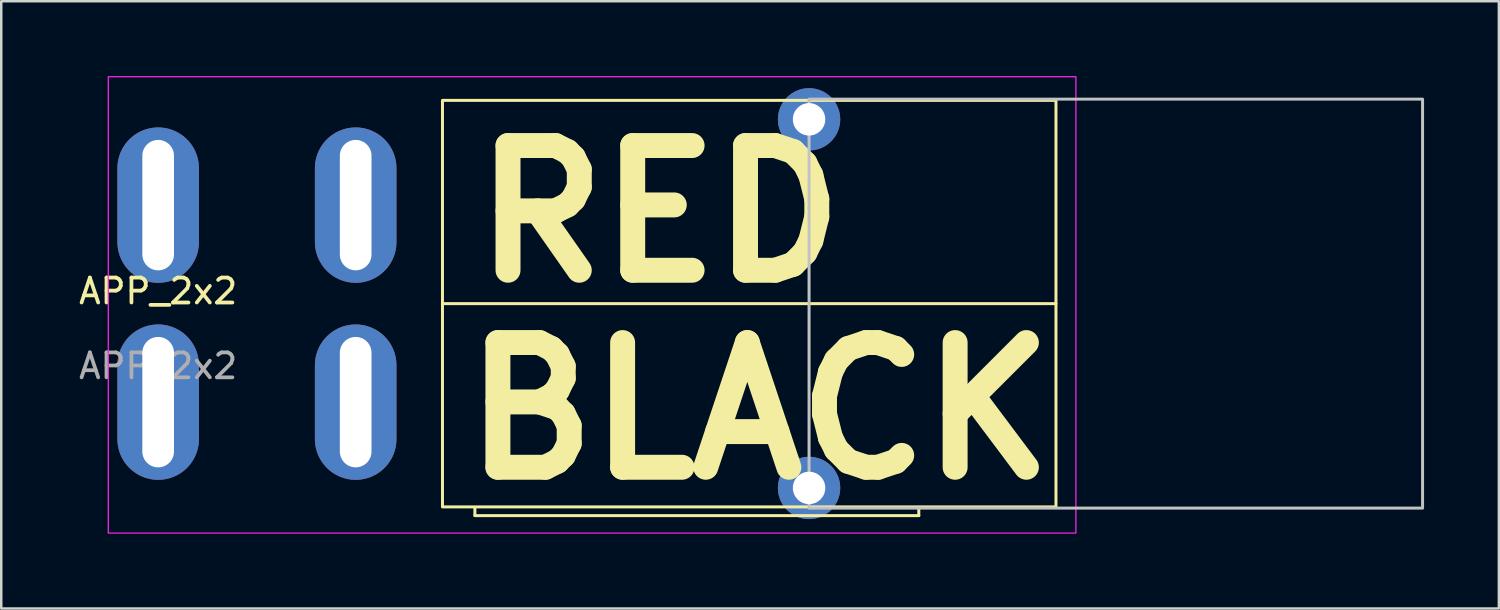
<source format=kicad_pcb>
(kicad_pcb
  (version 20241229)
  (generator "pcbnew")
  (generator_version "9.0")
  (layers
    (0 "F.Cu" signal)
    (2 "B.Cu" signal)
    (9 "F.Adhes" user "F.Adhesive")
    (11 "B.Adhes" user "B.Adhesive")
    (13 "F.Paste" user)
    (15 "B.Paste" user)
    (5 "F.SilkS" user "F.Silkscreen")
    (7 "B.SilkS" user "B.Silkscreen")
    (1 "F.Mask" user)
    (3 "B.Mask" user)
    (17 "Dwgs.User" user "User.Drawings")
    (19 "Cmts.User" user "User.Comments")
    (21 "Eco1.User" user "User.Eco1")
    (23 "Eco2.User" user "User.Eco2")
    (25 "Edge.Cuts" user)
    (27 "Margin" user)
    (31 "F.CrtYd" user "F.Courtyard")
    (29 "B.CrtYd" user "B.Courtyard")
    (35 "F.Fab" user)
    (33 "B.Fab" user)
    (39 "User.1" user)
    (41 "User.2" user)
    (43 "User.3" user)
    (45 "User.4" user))
  (footprint "APP_2x2"
    (layer "F.Cu")
    (at 3.292 9.125)
    (property "Reference" "APP_2x2" (at 0 -0.5 0) (unlocked yes) (layer "F.SilkS") (effects (font (size 1 1) (thickness 0.15))))
    (attr through_hole)
    (fp_line (start 11.4 0) (end 36 0) (stroke (width 0.12) (type default)) (layer "F.SilkS"))
    (fp_line (start 12.7 8.2) (end 12.7 8.5) (stroke (width 0.12) (type default)) (layer "F.SilkS"))
    (fp_line (start 12.7 8.5) (end 30.5 8.5) (stroke (width 0.12) (type default)) (layer "F.SilkS"))
    (fp_line (start 30.5 8.5) (end 30.5 8.2) (stroke (width 0.12) (type default)) (layer "F.SilkS"))
    (fp_rect (start 36 8.15) (end 11.4 -8.15) (stroke (width 0.12) (type default)) (fill no) (layer "F.SilkS"))
    (fp_rect (start 26.1 -8.2) (end 50.7 8.2) (stroke (width 0.12) (type default)) (fill no) (layer "Dwgs.User"))
    (fp_rect (start 36.8 -9.1) (end -2 9.2) (stroke (width 0.05) (type default)) (fill no) (layer "F.CrtYd"))
    (fp_text user "RED" (at 20.1 -3.6 0) (unlocked yes) (layer "F.SilkS") (effects (font (size 5 5) (thickness 1) (bold yes))))
    (fp_text user "BLACK" (at 24.1 4.3 0) (unlocked yes) (layer "F.SilkS") (effects (font (size 5 5) (thickness 1) (bold yes))))
    (fp_text user "${REFERENCE}" (at 0 2.5 0) (unlocked yes) (layer "F.Fab") (effects (font (size 1 1) (thickness 0.15))))
    (pad "1" thru_hole oval (at 0 -3.95) (size 3.27 6.23) (drill oval 1.27 5.23) (layers "*.Cu" "*.Mask"))
    (pad "2" thru_hole oval (at 7.92 -3.95) (size 3.27 6.23) (drill oval 1.27 5.23) (layers "*.Cu" "*.Mask"))
    (pad "3" thru_hole oval (at 0 3.95) (size 3.27 6.23) (drill oval 1.27 5.23) (layers "*.Cu" "*.Mask"))
    (pad "4" thru_hole oval (at 7.92 3.95) (size 3.27 6.23) (drill oval 1.27 5.23) (layers "*.Cu" "*.Mask"))
    (pad "5" thru_hole circle (at 26.1 -7.39) (size 2.5 2.5) (drill 1.3) (layers "*.Cu" "*.Mask"))
    (pad "5" thru_hole circle (at 26.1 7.39) (size 2.5 2.5) (drill 1.3) (layers "*.Cu" "*.Mask")))
  (gr_rect
    (start -3 -3)
    (end 57.052 21.35)
    (stroke (width 0.1) (type default))
    (fill no)
    (layer "Edge.Cuts")))
</source>
